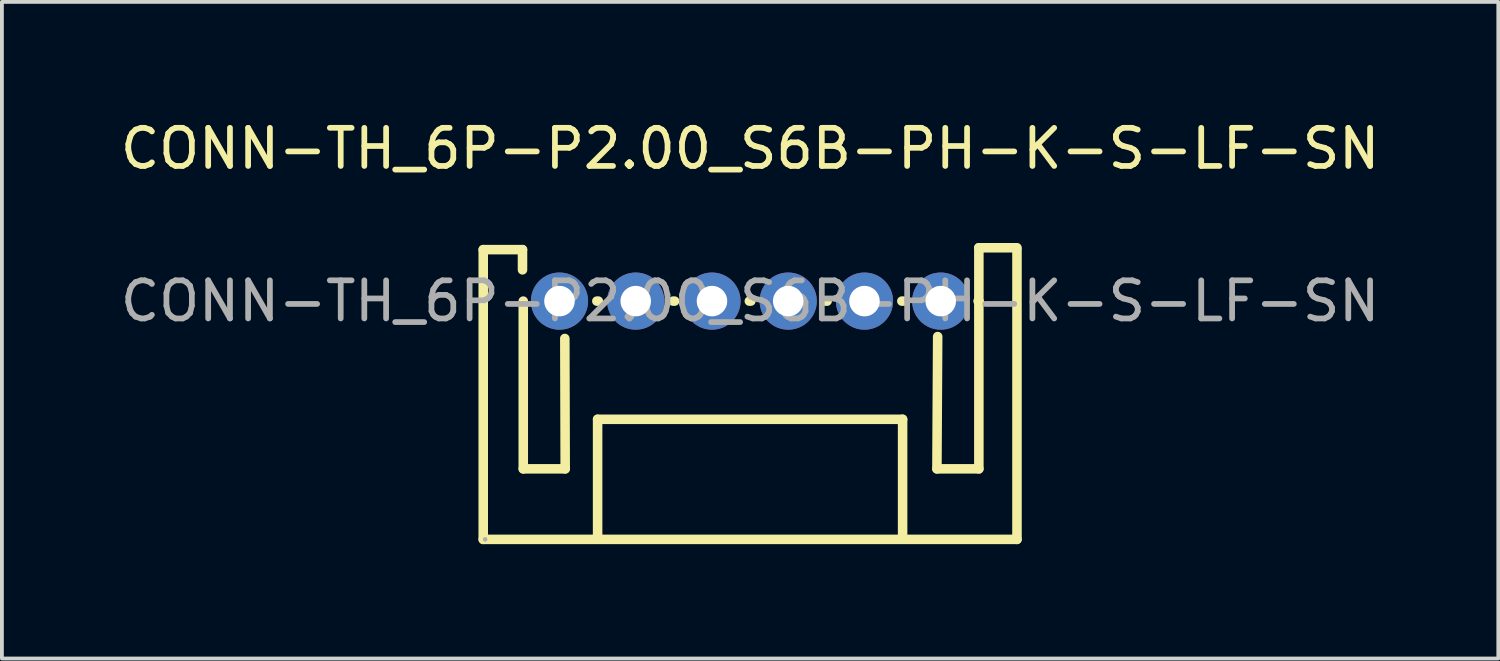
<source format=kicad_pcb>
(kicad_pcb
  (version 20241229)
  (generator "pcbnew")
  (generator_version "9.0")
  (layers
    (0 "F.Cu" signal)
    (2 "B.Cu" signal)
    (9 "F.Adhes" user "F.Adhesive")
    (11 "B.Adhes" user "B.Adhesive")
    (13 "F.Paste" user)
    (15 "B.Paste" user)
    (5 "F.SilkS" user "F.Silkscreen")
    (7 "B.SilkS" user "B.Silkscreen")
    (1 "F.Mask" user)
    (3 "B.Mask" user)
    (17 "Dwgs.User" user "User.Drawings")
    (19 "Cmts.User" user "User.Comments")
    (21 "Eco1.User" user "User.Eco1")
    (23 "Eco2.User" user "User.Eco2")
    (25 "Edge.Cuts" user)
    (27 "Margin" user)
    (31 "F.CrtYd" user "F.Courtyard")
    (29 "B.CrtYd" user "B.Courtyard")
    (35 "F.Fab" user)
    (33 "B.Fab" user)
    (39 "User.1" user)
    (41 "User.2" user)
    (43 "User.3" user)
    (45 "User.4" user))
  (footprint "CONN-TH_6P-P2.00_S6B-PH-K-S-LF-SN"
    (layer "F.Cu")
    (at 16.625 4.848)
    (property "Reference" "CONN-TH_6P-P2.00_S6B-PH-K-S-LF-SN" (at 0 -4 0) (layer "F.SilkS") (effects (font (size 1 1) (thickness 0.15))))
    (attr smd)
    (fp_line (start -7 -1.35) (end -5.97 -1.35) (stroke (width 0.25) (type solid)) (layer "F.SilkS"))
    (fp_line (start -7 6.25) (end -7 -1.35) (stroke (width 0.25) (type solid)) (layer "F.SilkS"))
    (fp_line (start -5.97 -1.35) (end -5.97 -0.82) (stroke (width 0.25) (type solid)) (layer "F.SilkS"))
    (fp_line (start -5.95 4.4) (end -5.95 0) (stroke (width 0.25) (type solid)) (layer "F.SilkS"))
    (fp_line (start -4.86 0.98) (end -4.85 4.4) (stroke (width 0.25) (type solid)) (layer "F.SilkS"))
    (fp_line (start -4.85 4.4) (end -5.95 4.4) (stroke (width 0.25) (type solid)) (layer "F.SilkS"))
    (fp_line (start -4.02 0) (end -3.98 0) (stroke (width 0.25) (type solid)) (layer "F.SilkS"))
    (fp_line (start -4 3.1) (end -4 6.2) (stroke (width 0.25) (type solid)) (layer "F.SilkS"))
    (fp_line (start -2.02 0) (end -1.98 0) (stroke (width 0.25) (type solid)) (layer "F.SilkS"))
    (fp_line (start -0.02 0) (end 0.02 0) (stroke (width 0.25) (type solid)) (layer "F.SilkS"))
    (fp_line (start 1.98 0) (end 2.02 0) (stroke (width 0.25) (type solid)) (layer "F.SilkS"))
    (fp_line (start 3.98 0) (end 4.02 0) (stroke (width 0.25) (type solid)) (layer "F.SilkS"))
    (fp_line (start 4 3.1) (end -4 3.1) (stroke (width 0.25) (type solid)) (layer "F.SilkS"))
    (fp_line (start 4 6.2) (end 4 3.1) (stroke (width 0.25) (type solid)) (layer "F.SilkS"))
    (fp_line (start 4.9 4.4) (end 4.92 0.93) (stroke (width 0.25) (type solid)) (layer "F.SilkS"))
    (fp_line (start 5.98 0) (end 6 0) (stroke (width 0.25) (type solid)) (layer "F.SilkS"))
    (fp_line (start 6 -1.4) (end 7 -1.4) (stroke (width 0.25) (type solid)) (layer "F.SilkS"))
    (fp_line (start 6 0) (end 6 -1.4) (stroke (width 0.25) (type solid)) (layer "F.SilkS"))
    (fp_line (start 6 0) (end 6 4.4) (stroke (width 0.25) (type solid)) (layer "F.SilkS"))
    (fp_line (start 6 4.4) (end 4.9 4.4) (stroke (width 0.25) (type solid)) (layer "F.SilkS"))
    (fp_line (start 7 -1.35) (end 7 6.25) (stroke (width 0.25) (type solid)) (layer "F.SilkS"))
    (fp_line (start 7 6.25) (end -7 6.25) (stroke (width 0.25) (type solid)) (layer "F.SilkS"))
    (fp_circle (center -6.95 6.25) (end -6.92 6.25) (stroke (width 0.06) (type solid)) (fill no) (layer "F.Fab"))
    (fp_text user "${REFERENCE}" (at 0 0 0) (layer "F.Fab") (effects (font (size 1 1) (thickness 0.15))))
    (pad "1" thru_hole circle (at -5 0 180) (size 1.5 1.5) (drill 0.8) (layers "*.Cu" "*.Paste" "*.Mask"))
    (pad "2" thru_hole circle (at -3 0 180) (size 1.5 1.5) (drill 0.8) (layers "*.Cu" "*.Paste" "*.Mask"))
    (pad "3" thru_hole circle (at -1 0 180) (size 1.5 1.5) (drill 0.8) (layers "*.Cu" "*.Paste" "*.Mask"))
    (pad "4" thru_hole circle (at 1 0 180) (size 1.5 1.5) (drill 0.8) (layers "*.Cu" "*.Paste" "*.Mask"))
    (pad "5" thru_hole circle (at 3 0 180) (size 1.5 1.5) (drill 0.8) (layers "*.Cu" "*.Paste" "*.Mask"))
    (pad "6" thru_hole circle (at 5 0 180) (size 1.5 1.5) (drill 0.8) (layers "*.Cu" "*.Paste" "*.Mask")))
  (gr_rect
    (start -3 -3)
    (end 36.25 14.223)
    (stroke (width 0.1) (type default))
    (fill no)
    (layer "Edge.Cuts")))
</source>
